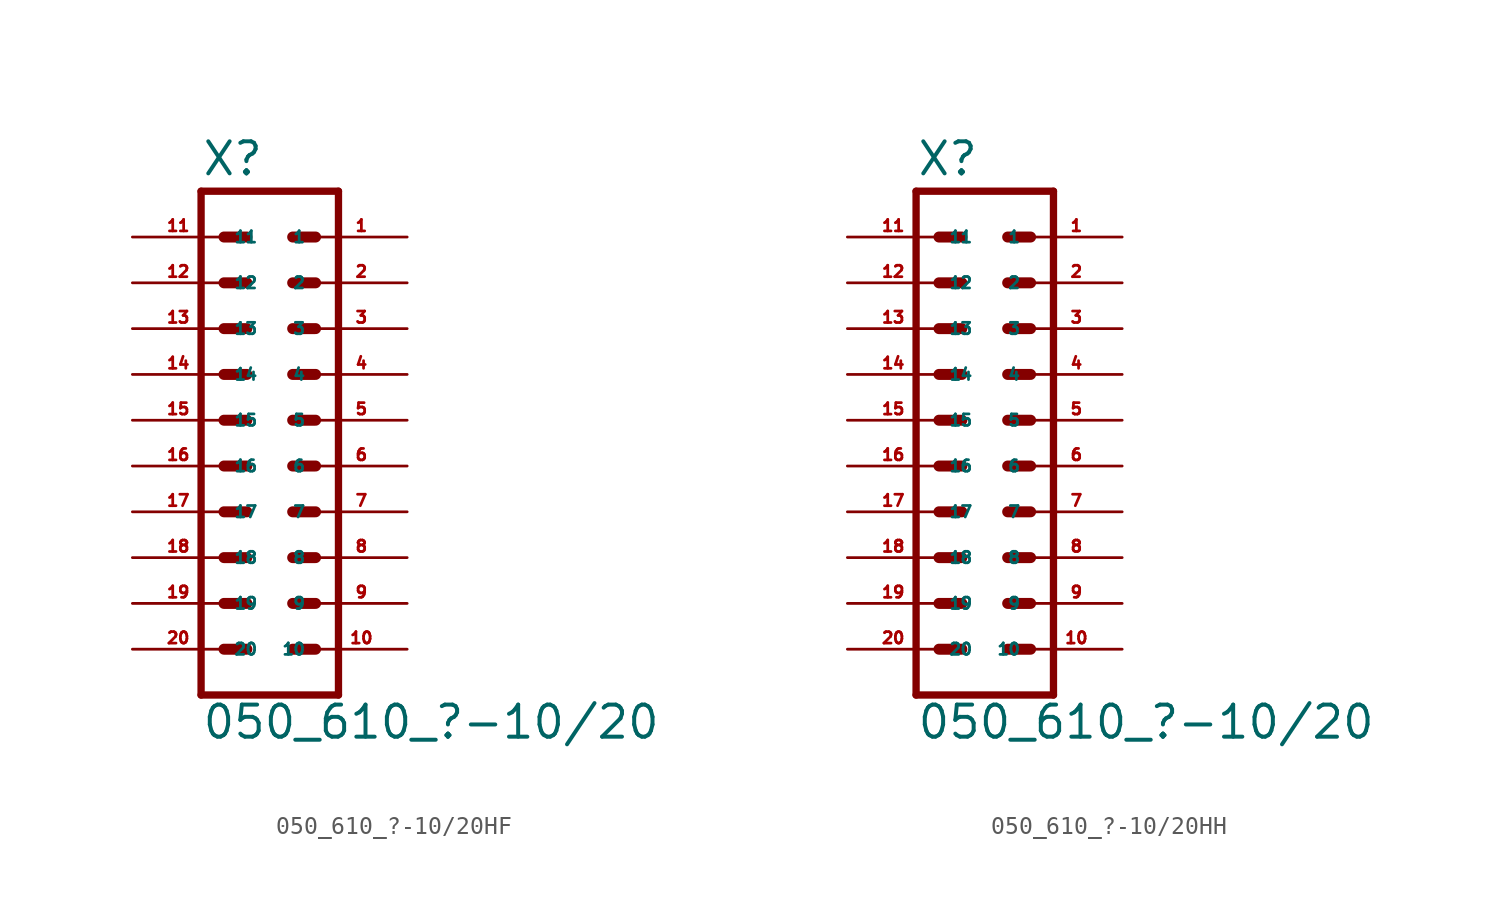
<source format=kicad_sym>
(kicad_symbol_lib
  (version 20220914)
  (generator Eagle2Kicad)
  (symbol "050_610_?-10/20HF"
    (property "Reference" "X"
      (at -3.81 13.462 0)
      (effects (font (size 1.778 1.778) (thickness 0.22)) (justify left bottom)))
    (property "Value" "050_610_?-10/20"
      (at -3.81 -17.78 0)
      (effects (font (size 1.778 1.778) (thickness 0.22)) (justify left bottom)))
    (polyline
      (pts (xy 3.81 -15.24) (xy -3.81 -15.24))
      (stroke (width 0.406) (type default))
      (fill (type none)))
    (polyline
      (pts (xy -3.81 12.7) (xy -3.81 -15.24))
      (stroke (width 0.406) (type default))
      (fill (type none)))
    (polyline
      (pts (xy 3.81 -15.24) (xy 3.81 12.7))
      (stroke (width 0.406) (type default))
      (fill (type none)))
    (polyline
      (pts (xy -3.81 12.7) (xy 3.81 12.7))
      (stroke (width 0.406) (type default))
      (fill (type none)))
    (polyline
      (pts (xy 1.27 10.16) (xy 2.54 10.16))
      (stroke (width 0.61) (type default))
      (fill (type none)))
    (polyline
      (pts (xy 1.27 7.62) (xy 2.54 7.62))
      (stroke (width 0.61) (type default))
      (fill (type none)))
    (polyline
      (pts (xy 1.27 5.08) (xy 2.54 5.08))
      (stroke (width 0.61) (type default))
      (fill (type none)))
    (polyline
      (pts (xy 1.27 2.54) (xy 2.54 2.54))
      (stroke (width 0.61) (type default))
      (fill (type none)))
    (polyline
      (pts (xy 1.27 0) (xy 2.54 0))
      (stroke (width 0.61) (type default))
      (fill (type none)))
    (polyline
      (pts (xy -2.54 10.16) (xy -1.27 10.16))
      (stroke (width 0.61) (type default))
      (fill (type none)))
    (polyline
      (pts (xy -2.54 7.62) (xy -1.27 7.62))
      (stroke (width 0.61) (type default))
      (fill (type none)))
    (polyline
      (pts (xy -2.54 5.08) (xy -1.27 5.08))
      (stroke (width 0.61) (type default))
      (fill (type none)))
    (polyline
      (pts (xy -2.54 2.54) (xy -1.27 2.54))
      (stroke (width 0.61) (type default))
      (fill (type none)))
    (polyline
      (pts (xy -2.54 0) (xy -1.27 0))
      (stroke (width 0.61) (type default))
      (fill (type none)))
    (polyline
      (pts (xy 1.27 -2.54) (xy 2.54 -2.54))
      (stroke (width 0.61) (type default))
      (fill (type none)))
    (polyline
      (pts (xy 1.27 -5.08) (xy 2.54 -5.08))
      (stroke (width 0.61) (type default))
      (fill (type none)))
    (polyline
      (pts (xy 1.27 -7.62) (xy 2.54 -7.62))
      (stroke (width 0.61) (type default))
      (fill (type none)))
    (polyline
      (pts (xy 1.27 -10.16) (xy 2.54 -10.16))
      (stroke (width 0.61) (type default))
      (fill (type none)))
    (polyline
      (pts (xy 1.27 -12.7) (xy 2.54 -12.7))
      (stroke (width 0.61) (type default))
      (fill (type none)))
    (polyline
      (pts (xy -2.54 -2.54) (xy -1.27 -2.54))
      (stroke (width 0.61) (type default))
      (fill (type none)))
    (polyline
      (pts (xy -2.54 -5.08) (xy -1.27 -5.08))
      (stroke (width 0.61) (type default))
      (fill (type none)))
    (polyline
      (pts (xy -2.54 -7.62) (xy -1.27 -7.62))
      (stroke (width 0.61) (type default))
      (fill (type none)))
    (polyline
      (pts (xy -2.54 -10.16) (xy -1.27 -10.16))
      (stroke (width 0.61) (type default))
      (fill (type none)))
    (polyline
      (pts (xy -2.54 -12.7) (xy -1.27 -12.7))
      (stroke (width 0.61) (type default))
      (fill (type none)))
    (pin passive line
      (at 7.62 10.16 180)
      (length 5.08)
      (name "1" (effects (font (size 0.635 0.635) (thickness 0.08)) (justify left bottom)))
      (number "1" (effects (font (size 0.635 0.635) (thickness 0.08)) (justify left bottom))))
    (pin passive line
      (at 7.62 7.62 180)
      (length 5.08)
      (name "2" (effects (font (size 0.635 0.635) (thickness 0.08)) (justify left bottom)))
      (number "2" (effects (font (size 0.635 0.635) (thickness 0.08)) (justify left bottom))))
    (pin passive line
      (at 7.62 5.08 180)
      (length 5.08)
      (name "3" (effects (font (size 0.635 0.635) (thickness 0.08)) (justify left bottom)))
      (number "3" (effects (font (size 0.635 0.635) (thickness 0.08)) (justify left bottom))))
    (pin passive line
      (at 7.62 2.54 180)
      (length 5.08)
      (name "4" (effects (font (size 0.635 0.635) (thickness 0.08)) (justify left bottom)))
      (number "4" (effects (font (size 0.635 0.635) (thickness 0.08)) (justify left bottom))))
    (pin passive line
      (at 7.62 0 180)
      (length 5.08)
      (name "5" (effects (font (size 0.635 0.635) (thickness 0.08)) (justify left bottom)))
      (number "5" (effects (font (size 0.635 0.635) (thickness 0.08)) (justify left bottom))))
    (pin passive line
      (at 7.62 -2.54 180)
      (length 5.08)
      (name "6" (effects (font (size 0.635 0.635) (thickness 0.08)) (justify left bottom)))
      (number "6" (effects (font (size 0.635 0.635) (thickness 0.08)) (justify left bottom))))
    (pin passive line
      (at 7.62 -5.08 180)
      (length 5.08)
      (name "7" (effects (font (size 0.635 0.635) (thickness 0.08)) (justify left bottom)))
      (number "7" (effects (font (size 0.635 0.635) (thickness 0.08)) (justify left bottom))))
    (pin passive line
      (at 7.62 -7.62 180)
      (length 5.08)
      (name "8" (effects (font (size 0.635 0.635) (thickness 0.08)) (justify left bottom)))
      (number "8" (effects (font (size 0.635 0.635) (thickness 0.08)) (justify left bottom))))
    (pin passive line
      (at 7.62 -10.16 180)
      (length 5.08)
      (name "9" (effects (font (size 0.635 0.635) (thickness 0.08)) (justify left bottom)))
      (number "9" (effects (font (size 0.635 0.635) (thickness 0.08)) (justify left bottom))))
    (pin passive line
      (at 7.62 -12.7 180)
      (length 5.08)
      (name "10" (effects (font (size 0.635 0.635) (thickness 0.08)) (justify left bottom)))
      (number "10" (effects (font (size 0.635 0.635) (thickness 0.08)) (justify left bottom))))
    (pin passive line
      (at -7.62 10.16 0)
      (length 5.08)
      (name "11" (effects (font (size 0.635 0.635) (thickness 0.08)) (justify left bottom)))
      (number "11" (effects (font (size 0.635 0.635) (thickness 0.08)) (justify left bottom))))
    (pin passive line
      (at -7.62 7.62 0)
      (length 5.08)
      (name "12" (effects (font (size 0.635 0.635) (thickness 0.08)) (justify left bottom)))
      (number "12" (effects (font (size 0.635 0.635) (thickness 0.08)) (justify left bottom))))
    (pin passive line
      (at -7.62 5.08 0)
      (length 5.08)
      (name "13" (effects (font (size 0.635 0.635) (thickness 0.08)) (justify left bottom)))
      (number "13" (effects (font (size 0.635 0.635) (thickness 0.08)) (justify left bottom))))
    (pin passive line
      (at -7.62 2.54 0)
      (length 5.08)
      (name "14" (effects (font (size 0.635 0.635) (thickness 0.08)) (justify left bottom)))
      (number "14" (effects (font (size 0.635 0.635) (thickness 0.08)) (justify left bottom))))
    (pin passive line
      (at -7.62 0 0)
      (length 5.08)
      (name "15" (effects (font (size 0.635 0.635) (thickness 0.08)) (justify left bottom)))
      (number "15" (effects (font (size 0.635 0.635) (thickness 0.08)) (justify left bottom))))
    (pin passive line
      (at -7.62 -2.54 0)
      (length 5.08)
      (name "16" (effects (font (size 0.635 0.635) (thickness 0.08)) (justify left bottom)))
      (number "16" (effects (font (size 0.635 0.635) (thickness 0.08)) (justify left bottom))))
    (pin passive line
      (at -7.62 -5.08 0)
      (length 5.08)
      (name "17" (effects (font (size 0.635 0.635) (thickness 0.08)) (justify left bottom)))
      (number "17" (effects (font (size 0.635 0.635) (thickness 0.08)) (justify left bottom))))
    (pin passive line
      (at -7.62 -7.62 0)
      (length 5.08)
      (name "18" (effects (font (size 0.635 0.635) (thickness 0.08)) (justify left bottom)))
      (number "18" (effects (font (size 0.635 0.635) (thickness 0.08)) (justify left bottom))))
    (pin passive line
      (at -7.62 -10.16 0)
      (length 5.08)
      (name "19" (effects (font (size 0.635 0.635) (thickness 0.08)) (justify left bottom)))
      (number "19" (effects (font (size 0.635 0.635) (thickness 0.08)) (justify left bottom))))
    (pin passive line
      (at -7.62 -12.7 0)
      (length 5.08)
      (name "20" (effects (font (size 0.635 0.635) (thickness 0.08)) (justify left bottom)))
      (number "20" (effects (font (size 0.635 0.635) (thickness 0.08)) (justify left bottom)))))
  (symbol "050_610_?-10/20HH"
    (property "Reference" "X"
      (at -3.81 13.462 0)
      (effects (font (size 1.778 1.778) (thickness 0.22)) (justify left bottom)))
    (property "Value" "050_610_?-10/20"
      (at -3.81 -17.78 0)
      (effects (font (size 1.778 1.778) (thickness 0.22)) (justify left bottom)))
    (polyline
      (pts (xy 3.81 -15.24) (xy -3.81 -15.24))
      (stroke (width 0.406) (type default))
      (fill (type none)))
    (polyline
      (pts (xy -3.81 12.7) (xy -3.81 -15.24))
      (stroke (width 0.406) (type default))
      (fill (type none)))
    (polyline
      (pts (xy 3.81 -15.24) (xy 3.81 12.7))
      (stroke (width 0.406) (type default))
      (fill (type none)))
    (polyline
      (pts (xy -3.81 12.7) (xy 3.81 12.7))
      (stroke (width 0.406) (type default))
      (fill (type none)))
    (polyline
      (pts (xy 1.27 10.16) (xy 2.54 10.16))
      (stroke (width 0.61) (type default))
      (fill (type none)))
    (polyline
      (pts (xy 1.27 7.62) (xy 2.54 7.62))
      (stroke (width 0.61) (type default))
      (fill (type none)))
    (polyline
      (pts (xy 1.27 5.08) (xy 2.54 5.08))
      (stroke (width 0.61) (type default))
      (fill (type none)))
    (polyline
      (pts (xy 1.27 2.54) (xy 2.54 2.54))
      (stroke (width 0.61) (type default))
      (fill (type none)))
    (polyline
      (pts (xy 1.27 0) (xy 2.54 0))
      (stroke (width 0.61) (type default))
      (fill (type none)))
    (polyline
      (pts (xy -2.54 10.16) (xy -1.27 10.16))
      (stroke (width 0.61) (type default))
      (fill (type none)))
    (polyline
      (pts (xy -2.54 7.62) (xy -1.27 7.62))
      (stroke (width 0.61) (type default))
      (fill (type none)))
    (polyline
      (pts (xy -2.54 5.08) (xy -1.27 5.08))
      (stroke (width 0.61) (type default))
      (fill (type none)))
    (polyline
      (pts (xy -2.54 2.54) (xy -1.27 2.54))
      (stroke (width 0.61) (type default))
      (fill (type none)))
    (polyline
      (pts (xy -2.54 0) (xy -1.27 0))
      (stroke (width 0.61) (type default))
      (fill (type none)))
    (polyline
      (pts (xy 1.27 -2.54) (xy 2.54 -2.54))
      (stroke (width 0.61) (type default))
      (fill (type none)))
    (polyline
      (pts (xy 1.27 -5.08) (xy 2.54 -5.08))
      (stroke (width 0.61) (type default))
      (fill (type none)))
    (polyline
      (pts (xy 1.27 -7.62) (xy 2.54 -7.62))
      (stroke (width 0.61) (type default))
      (fill (type none)))
    (polyline
      (pts (xy 1.27 -10.16) (xy 2.54 -10.16))
      (stroke (width 0.61) (type default))
      (fill (type none)))
    (polyline
      (pts (xy 1.27 -12.7) (xy 2.54 -12.7))
      (stroke (width 0.61) (type default))
      (fill (type none)))
    (polyline
      (pts (xy -2.54 -2.54) (xy -1.27 -2.54))
      (stroke (width 0.61) (type default))
      (fill (type none)))
    (polyline
      (pts (xy -2.54 -5.08) (xy -1.27 -5.08))
      (stroke (width 0.61) (type default))
      (fill (type none)))
    (polyline
      (pts (xy -2.54 -7.62) (xy -1.27 -7.62))
      (stroke (width 0.61) (type default))
      (fill (type none)))
    (polyline
      (pts (xy -2.54 -10.16) (xy -1.27 -10.16))
      (stroke (width 0.61) (type default))
      (fill (type none)))
    (polyline
      (pts (xy -2.54 -12.7) (xy -1.27 -12.7))
      (stroke (width 0.61) (type default))
      (fill (type none)))
    (pin passive line
      (at 7.62 10.16 180)
      (length 5.08)
      (name "1" (effects (font (size 0.635 0.635) (thickness 0.08)) (justify left bottom)))
      (number "1" (effects (font (size 0.635 0.635) (thickness 0.08)) (justify left bottom))))
    (pin passive line
      (at 7.62 7.62 180)
      (length 5.08)
      (name "2" (effects (font (size 0.635 0.635) (thickness 0.08)) (justify left bottom)))
      (number "2" (effects (font (size 0.635 0.635) (thickness 0.08)) (justify left bottom))))
    (pin passive line
      (at 7.62 5.08 180)
      (length 5.08)
      (name "3" (effects (font (size 0.635 0.635) (thickness 0.08)) (justify left bottom)))
      (number "3" (effects (font (size 0.635 0.635) (thickness 0.08)) (justify left bottom))))
    (pin passive line
      (at 7.62 2.54 180)
      (length 5.08)
      (name "4" (effects (font (size 0.635 0.635) (thickness 0.08)) (justify left bottom)))
      (number "4" (effects (font (size 0.635 0.635) (thickness 0.08)) (justify left bottom))))
    (pin passive line
      (at 7.62 0 180)
      (length 5.08)
      (name "5" (effects (font (size 0.635 0.635) (thickness 0.08)) (justify left bottom)))
      (number "5" (effects (font (size 0.635 0.635) (thickness 0.08)) (justify left bottom))))
    (pin passive line
      (at 7.62 -2.54 180)
      (length 5.08)
      (name "6" (effects (font (size 0.635 0.635) (thickness 0.08)) (justify left bottom)))
      (number "6" (effects (font (size 0.635 0.635) (thickness 0.08)) (justify left bottom))))
    (pin passive line
      (at 7.62 -5.08 180)
      (length 5.08)
      (name "7" (effects (font (size 0.635 0.635) (thickness 0.08)) (justify left bottom)))
      (number "7" (effects (font (size 0.635 0.635) (thickness 0.08)) (justify left bottom))))
    (pin passive line
      (at 7.62 -7.62 180)
      (length 5.08)
      (name "8" (effects (font (size 0.635 0.635) (thickness 0.08)) (justify left bottom)))
      (number "8" (effects (font (size 0.635 0.635) (thickness 0.08)) (justify left bottom))))
    (pin passive line
      (at 7.62 -10.16 180)
      (length 5.08)
      (name "9" (effects (font (size 0.635 0.635) (thickness 0.08)) (justify left bottom)))
      (number "9" (effects (font (size 0.635 0.635) (thickness 0.08)) (justify left bottom))))
    (pin passive line
      (at 7.62 -12.7 180)
      (length 5.08)
      (name "10" (effects (font (size 0.635 0.635) (thickness 0.08)) (justify left bottom)))
      (number "10" (effects (font (size 0.635 0.635) (thickness 0.08)) (justify left bottom))))
    (pin passive line
      (at -7.62 10.16 0)
      (length 5.08)
      (name "11" (effects (font (size 0.635 0.635) (thickness 0.08)) (justify left bottom)))
      (number "11" (effects (font (size 0.635 0.635) (thickness 0.08)) (justify left bottom))))
    (pin passive line
      (at -7.62 7.62 0)
      (length 5.08)
      (name "12" (effects (font (size 0.635 0.635) (thickness 0.08)) (justify left bottom)))
      (number "12" (effects (font (size 0.635 0.635) (thickness 0.08)) (justify left bottom))))
    (pin passive line
      (at -7.62 5.08 0)
      (length 5.08)
      (name "13" (effects (font (size 0.635 0.635) (thickness 0.08)) (justify left bottom)))
      (number "13" (effects (font (size 0.635 0.635) (thickness 0.08)) (justify left bottom))))
    (pin passive line
      (at -7.62 2.54 0)
      (length 5.08)
      (name "14" (effects (font (size 0.635 0.635) (thickness 0.08)) (justify left bottom)))
      (number "14" (effects (font (size 0.635 0.635) (thickness 0.08)) (justify left bottom))))
    (pin passive line
      (at -7.62 0 0)
      (length 5.08)
      (name "15" (effects (font (size 0.635 0.635) (thickness 0.08)) (justify left bottom)))
      (number "15" (effects (font (size 0.635 0.635) (thickness 0.08)) (justify left bottom))))
    (pin passive line
      (at -7.62 -2.54 0)
      (length 5.08)
      (name "16" (effects (font (size 0.635 0.635) (thickness 0.08)) (justify left bottom)))
      (number "16" (effects (font (size 0.635 0.635) (thickness 0.08)) (justify left bottom))))
    (pin passive line
      (at -7.62 -5.08 0)
      (length 5.08)
      (name "17" (effects (font (size 0.635 0.635) (thickness 0.08)) (justify left bottom)))
      (number "17" (effects (font (size 0.635 0.635) (thickness 0.08)) (justify left bottom))))
    (pin passive line
      (at -7.62 -7.62 0)
      (length 5.08)
      (name "18" (effects (font (size 0.635 0.635) (thickness 0.08)) (justify left bottom)))
      (number "18" (effects (font (size 0.635 0.635) (thickness 0.08)) (justify left bottom))))
    (pin passive line
      (at -7.62 -10.16 0)
      (length 5.08)
      (name "19" (effects (font (size 0.635 0.635) (thickness 0.08)) (justify left bottom)))
      (number "19" (effects (font (size 0.635 0.635) (thickness 0.08)) (justify left bottom))))
    (pin passive line
      (at -7.62 -12.7 0)
      (length 5.08)
      (name "20" (effects (font (size 0.635 0.635) (thickness 0.08)) (justify left bottom)))
      (number "20" (effects (font (size 0.635 0.635) (thickness 0.08)) (justify left bottom))))))
</source>
